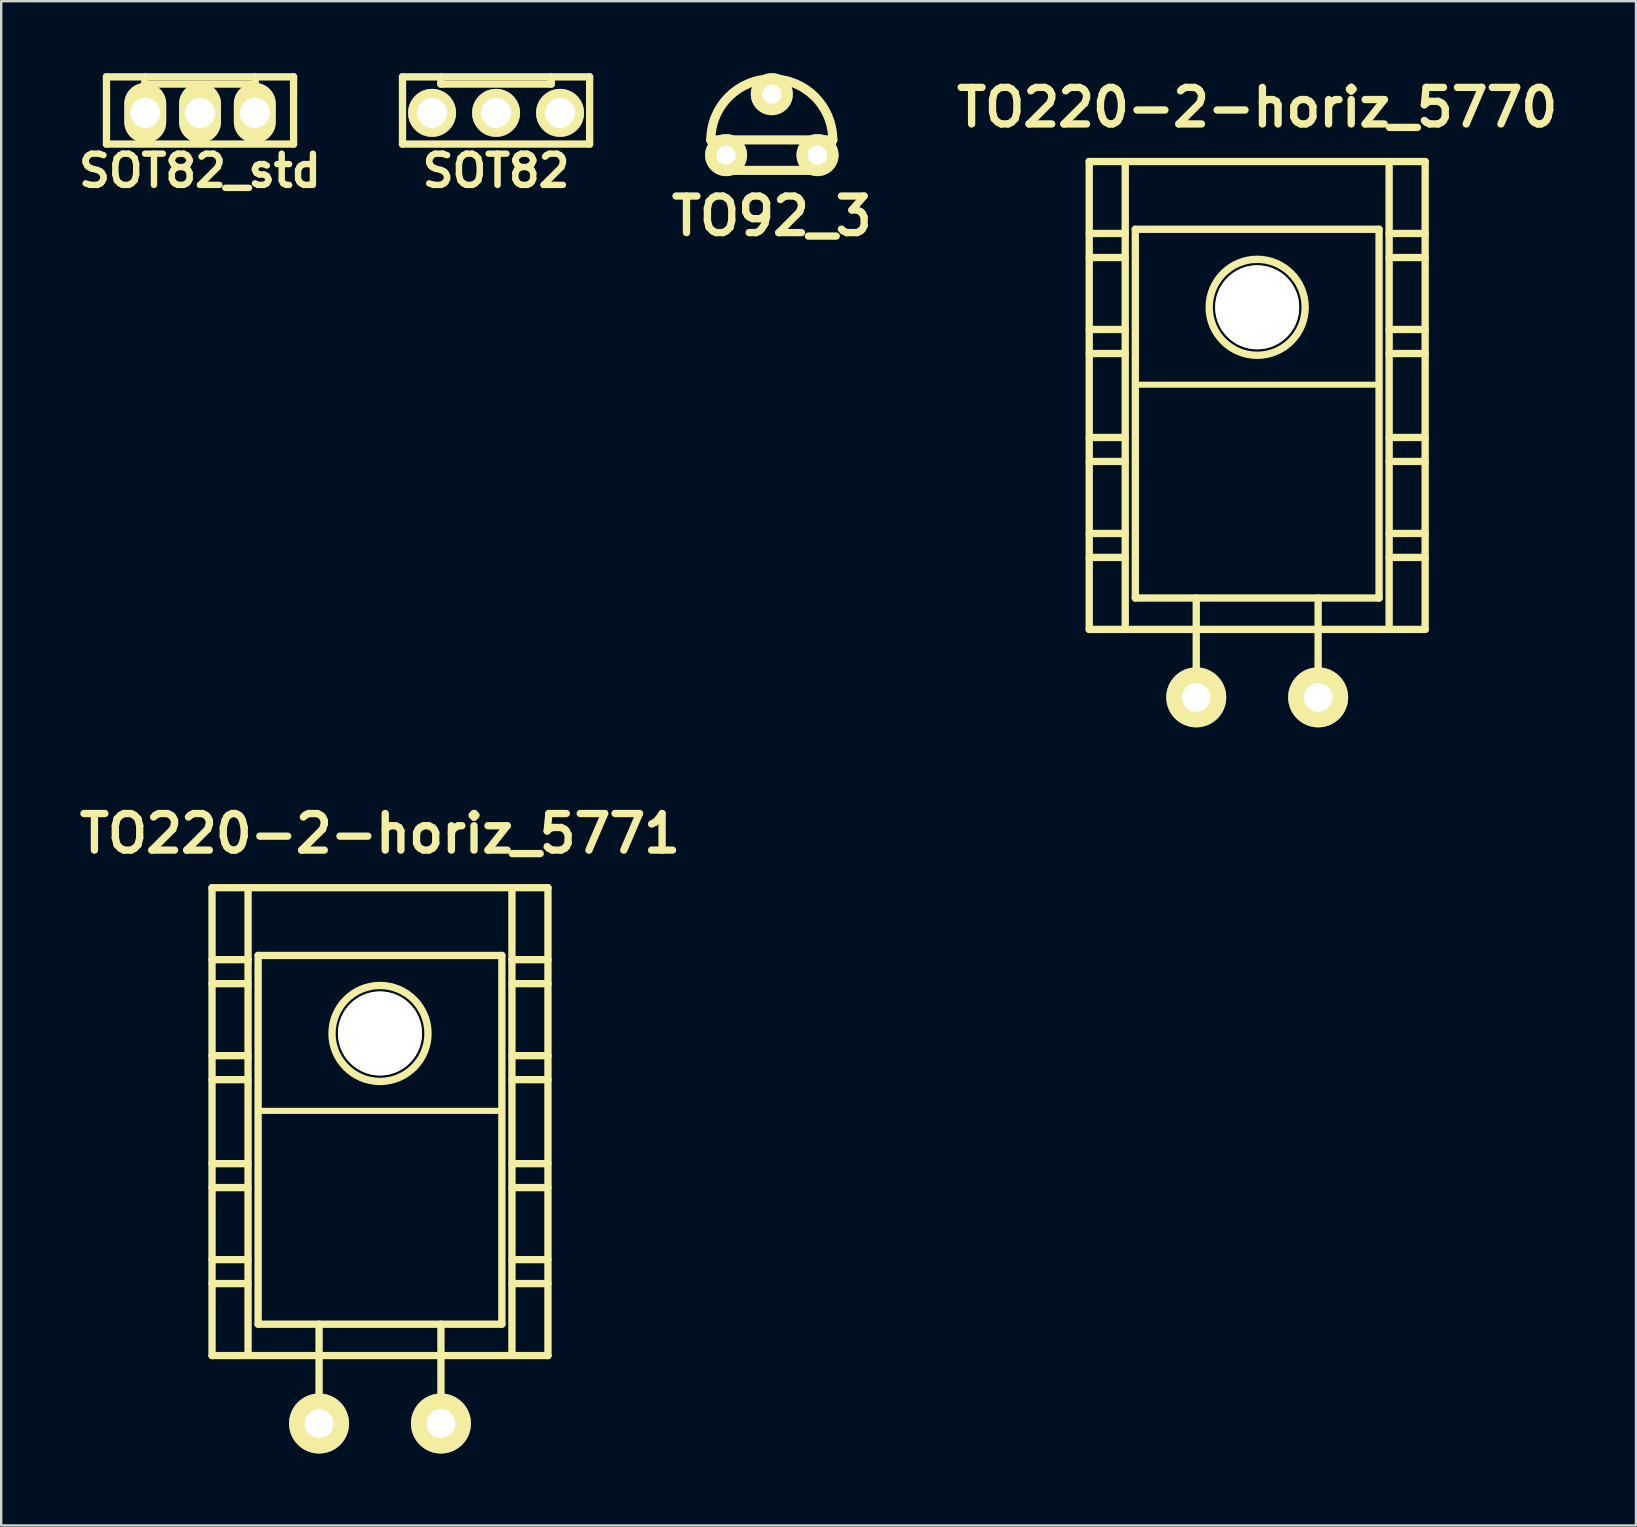
<source format=kicad_pcb>
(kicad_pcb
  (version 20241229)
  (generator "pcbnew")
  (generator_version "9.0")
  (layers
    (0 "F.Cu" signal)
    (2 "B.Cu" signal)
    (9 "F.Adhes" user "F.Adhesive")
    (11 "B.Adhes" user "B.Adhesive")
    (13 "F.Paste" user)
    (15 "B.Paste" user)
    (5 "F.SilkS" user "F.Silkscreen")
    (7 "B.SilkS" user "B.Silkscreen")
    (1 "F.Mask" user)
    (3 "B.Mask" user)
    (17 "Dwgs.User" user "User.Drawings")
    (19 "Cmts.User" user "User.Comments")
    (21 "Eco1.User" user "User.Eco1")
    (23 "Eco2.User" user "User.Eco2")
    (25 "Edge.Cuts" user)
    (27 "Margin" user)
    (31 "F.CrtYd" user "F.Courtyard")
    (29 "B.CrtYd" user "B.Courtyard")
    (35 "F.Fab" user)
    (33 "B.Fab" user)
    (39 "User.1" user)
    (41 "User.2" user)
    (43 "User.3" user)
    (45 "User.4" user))
  (footprint "TO220-2-horiz_5770"
    (layer "F.Cu")
    (at 49.345 17.682)
    (property "Reference" "TO220-2-horiz_5770" (at 0 -16.256 0) (layer "F.SilkS") (effects (font (size 1.524 1.524) (thickness 0.305))))
    (attr through_hole)
    (fp_line (start -7 -14) (end -7 5.499) (stroke (width 0.305) (type solid)) (layer "F.SilkS"))
    (fp_line (start -7 -11.001) (end -5.499 -11.001) (stroke (width 0.305) (type solid)) (layer "F.SilkS"))
    (fp_line (start -7 -10) (end -5.499 -10) (stroke (width 0.305) (type solid)) (layer "F.SilkS"))
    (fp_line (start -7 -7) (end -5.499 -7) (stroke (width 0.305) (type solid)) (layer "F.SilkS"))
    (fp_line (start -7 -5.999) (end -5.499 -5.999) (stroke (width 0.305) (type solid)) (layer "F.SilkS"))
    (fp_line (start -7 -2.499) (end -5.499 -2.499) (stroke (width 0.305) (type solid)) (layer "F.SilkS"))
    (fp_line (start -7 -1.501) (end -5.499 -1.501) (stroke (width 0.305) (type solid)) (layer "F.SilkS"))
    (fp_line (start -7 1.501) (end -5.499 1.501) (stroke (width 0.305) (type solid)) (layer "F.SilkS"))
    (fp_line (start -7 2.499) (end -5.499 2.499) (stroke (width 0.305) (type solid)) (layer "F.SilkS"))
    (fp_line (start -7 5.499) (end 7 5.499) (stroke (width 0.305) (type solid)) (layer "F.SilkS"))
    (fp_line (start -5.499 5.499) (end -5.499 -14) (stroke (width 0.305) (type solid)) (layer "F.SilkS"))
    (fp_line (start -5.08 -11.176) (end -5.08 4.191) (stroke (width 0.305) (type solid)) (layer "F.SilkS"))
    (fp_line (start -5.08 4.191) (end 5.08 4.191) (stroke (width 0.305) (type solid)) (layer "F.SilkS"))
    (fp_line (start -2.54 8.382) (end -2.54 4.191) (stroke (width 0.305) (type solid)) (layer "F.SilkS"))
    (fp_line (start 2.54 8.382) (end 2.54 4.191) (stroke (width 0.305) (type solid)) (layer "F.SilkS"))
    (fp_line (start 5.08 -11.176) (end -5.08 -11.176) (stroke (width 0.305) (type solid)) (layer "F.SilkS"))
    (fp_line (start 5.08 -4.699) (end -5.08 -4.699) (stroke (width 0.254) (type solid)) (layer "F.SilkS"))
    (fp_line (start 5.08 4.191) (end 5.08 -11.176) (stroke (width 0.305) (type solid)) (layer "F.SilkS"))
    (fp_line (start 5.499 -14) (end 5.499 5.499) (stroke (width 0.305) (type solid)) (layer "F.SilkS"))
    (fp_line (start 5.499 -11.001) (end 7 -11.001) (stroke (width 0.305) (type solid)) (layer "F.SilkS"))
    (fp_line (start 5.499 -10) (end 7 -10) (stroke (width 0.305) (type solid)) (layer "F.SilkS"))
    (fp_line (start 5.499 -7) (end 7 -7) (stroke (width 0.305) (type solid)) (layer "F.SilkS"))
    (fp_line (start 5.499 -5.999) (end 7 -5.999) (stroke (width 0.305) (type solid)) (layer "F.SilkS"))
    (fp_line (start 5.499 -2.499) (end 7 -2.499) (stroke (width 0.305) (type solid)) (layer "F.SilkS"))
    (fp_line (start 5.499 -1.501) (end 7 -1.501) (stroke (width 0.305) (type solid)) (layer "F.SilkS"))
    (fp_line (start 5.499 1.501) (end 7 1.501) (stroke (width 0.305) (type solid)) (layer "F.SilkS"))
    (fp_line (start 5.499 2.499) (end 7 2.499) (stroke (width 0.305) (type solid)) (layer "F.SilkS"))
    (fp_line (start 7 -14) (end -7 -14) (stroke (width 0.305) (type solid)) (layer "F.SilkS"))
    (fp_line (start 7 5.499) (end 7 -14) (stroke (width 0.305) (type solid)) (layer "F.SilkS"))
    (fp_circle (center 0 -7.925) (end -1.999 -8.001) (stroke (width 0.305) (type solid)) (fill no) (layer "F.SilkS"))
    (pad "" np_thru_hole circle (at 0 -7.925) (size 3.498 3.498) (drill 3.498) (layers "*.Cu" "*.Mask" "F.SilkS"))
    (pad "1" thru_hole circle (at -2.54 8.331) (size 2.499 2.499) (drill 1.199) (layers "*.Cu" "*.Mask" "F.SilkS"))
    (pad "2" thru_hole circle (at 2.54 8.331) (size 2.499 2.499) (drill 1.199) (layers "*.Cu" "*.Mask" "F.SilkS")))
  (footprint "TO220-2-horiz_5771"
    (layer "F.Cu")
    (at 12.787 47.946)
    (property "Reference" "TO220-2-horiz_5771" (at 0 -16.256 0) (layer "F.SilkS") (effects (font (size 1.524 1.524) (thickness 0.305))))
    (attr through_hole)
    (fp_line (start -7 -14) (end -7 5.499) (stroke (width 0.305) (type solid)) (layer "F.SilkS"))
    (fp_line (start -7 -11.001) (end -5.499 -11.001) (stroke (width 0.305) (type solid)) (layer "F.SilkS"))
    (fp_line (start -7 -10) (end -5.499 -10) (stroke (width 0.305) (type solid)) (layer "F.SilkS"))
    (fp_line (start -7 -7) (end -5.499 -7) (stroke (width 0.305) (type solid)) (layer "F.SilkS"))
    (fp_line (start -7 -5.999) (end -5.499 -5.999) (stroke (width 0.305) (type solid)) (layer "F.SilkS"))
    (fp_line (start -7 -2.499) (end -5.499 -2.499) (stroke (width 0.305) (type solid)) (layer "F.SilkS"))
    (fp_line (start -7 -1.501) (end -5.499 -1.501) (stroke (width 0.305) (type solid)) (layer "F.SilkS"))
    (fp_line (start -7 1.501) (end -5.499 1.501) (stroke (width 0.305) (type solid)) (layer "F.SilkS"))
    (fp_line (start -7 2.499) (end -5.499 2.499) (stroke (width 0.305) (type solid)) (layer "F.SilkS"))
    (fp_line (start -7 5.499) (end 7 5.499) (stroke (width 0.305) (type solid)) (layer "F.SilkS"))
    (fp_line (start -5.499 5.499) (end -5.499 -14) (stroke (width 0.305) (type solid)) (layer "F.SilkS"))
    (fp_line (start -5.08 -11.176) (end -5.08 4.191) (stroke (width 0.305) (type solid)) (layer "F.SilkS"))
    (fp_line (start -5.08 4.191) (end 5.08 4.191) (stroke (width 0.305) (type solid)) (layer "F.SilkS"))
    (fp_line (start -2.54 8.382) (end -2.54 4.191) (stroke (width 0.305) (type solid)) (layer "F.SilkS"))
    (fp_line (start 2.54 8.382) (end 2.54 4.191) (stroke (width 0.305) (type solid)) (layer "F.SilkS"))
    (fp_line (start 5.08 -11.176) (end -5.08 -11.176) (stroke (width 0.305) (type solid)) (layer "F.SilkS"))
    (fp_line (start 5.08 -4.699) (end -5.08 -4.699) (stroke (width 0.254) (type solid)) (layer "F.SilkS"))
    (fp_line (start 5.08 4.191) (end 5.08 -11.176) (stroke (width 0.305) (type solid)) (layer "F.SilkS"))
    (fp_line (start 5.499 -14) (end 5.499 5.499) (stroke (width 0.305) (type solid)) (layer "F.SilkS"))
    (fp_line (start 5.499 -11.001) (end 7 -11.001) (stroke (width 0.305) (type solid)) (layer "F.SilkS"))
    (fp_line (start 5.499 -10) (end 7 -10) (stroke (width 0.305) (type solid)) (layer "F.SilkS"))
    (fp_line (start 5.499 -7) (end 7 -7) (stroke (width 0.305) (type solid)) (layer "F.SilkS"))
    (fp_line (start 5.499 -5.999) (end 7 -5.999) (stroke (width 0.305) (type solid)) (layer "F.SilkS"))
    (fp_line (start 5.499 -2.499) (end 7 -2.499) (stroke (width 0.305) (type solid)) (layer "F.SilkS"))
    (fp_line (start 5.499 -1.501) (end 7 -1.501) (stroke (width 0.305) (type solid)) (layer "F.SilkS"))
    (fp_line (start 5.499 1.501) (end 7 1.501) (stroke (width 0.305) (type solid)) (layer "F.SilkS"))
    (fp_line (start 5.499 2.499) (end 7 2.499) (stroke (width 0.305) (type solid)) (layer "F.SilkS"))
    (fp_line (start 7 -14) (end -7 -14) (stroke (width 0.305) (type solid)) (layer "F.SilkS"))
    (fp_line (start 7 5.499) (end 7 -14) (stroke (width 0.305) (type solid)) (layer "F.SilkS"))
    (fp_circle (center 0 -7.925) (end -1.999 -8.001) (stroke (width 0.305) (type solid)) (fill no) (layer "F.SilkS"))
    (pad "" np_thru_hole circle (at 0 -7.925) (size 3.498 3.498) (drill 3.498) (layers "*.Cu" "*.Mask" "F.SilkS"))
    (pad "1" thru_hole circle (at -2.54 8.331) (size 2.499 2.499) (drill 1.199) (layers "*.Cu" "*.Mask" "F.SilkS"))
    (pad "2" thru_hole circle (at 2.54 8.331) (size 2.499 2.499) (drill 1.199) (layers "*.Cu" "*.Mask" "F.SilkS")))
  (footprint "SOT82_std"
    (layer "F.Cu")
    (at 5.286 1.654)
    (property "Reference" "SOT82_std" (at 0 2.413 0) (layer "F.SilkS") (effects (font (size 1.3 1.3) (thickness 0.267))))
    (attr through_hole)
    (fp_line (start -3.899 -1.501) (end -3.899 1.3) (stroke (width 0.305) (type solid)) (layer "F.SilkS"))
    (fp_line (start -3.899 1.3) (end 3.899 1.3) (stroke (width 0.305) (type solid)) (layer "F.SilkS"))
    (fp_line (start -2.301 -1.501) (end -2.301 -1.199) (stroke (width 0.305) (type solid)) (layer "F.SilkS"))
    (fp_line (start -2.301 -1.199) (end 2.301 -1.199) (stroke (width 0.305) (type solid)) (layer "F.SilkS"))
    (fp_line (start 2.301 -1.199) (end 2.301 -1.501) (stroke (width 0.305) (type solid)) (layer "F.SilkS"))
    (fp_line (start 3.899 -1.501) (end -3.899 -1.501) (stroke (width 0.305) (type solid)) (layer "F.SilkS"))
    (fp_line (start 3.899 1.3) (end 3.899 -1.501) (stroke (width 0.305) (type solid)) (layer "F.SilkS"))
    (pad "1" thru_hole oval (at -2.283 0) (size 1.745 2.499) (drill 1.25) (layers "*.Cu" "*.Mask" "F.SilkS"))
    (pad "2" thru_hole oval (at 0 0) (size 1.745 2.499) (drill 1.25) (layers "*.Cu" "*.Mask" "F.SilkS"))
    (pad "3" thru_hole oval (at 2.283 0) (size 1.745 2.499) (drill 1.25) (layers "*.Cu" "*.Mask" "F.SilkS")))
  (footprint "SOT82"
    (layer "F.Cu")
    (at 17.624 1.654)
    (property "Reference" "SOT82" (at 0 2.413 0) (layer "F.SilkS") (effects (font (size 1.3 1.3) (thickness 0.269))))
    (attr through_hole)
    (fp_line (start -3.899 -1.501) (end -3.899 1.3) (stroke (width 0.305) (type solid)) (layer "F.SilkS"))
    (fp_line (start -3.899 1.3) (end 3.899 1.3) (stroke (width 0.305) (type solid)) (layer "F.SilkS"))
    (fp_line (start -2.301 -1.501) (end -2.301 -1.199) (stroke (width 0.305) (type solid)) (layer "F.SilkS"))
    (fp_line (start -2.301 -1.199) (end 2.301 -1.199) (stroke (width 0.305) (type solid)) (layer "F.SilkS"))
    (fp_line (start 2.301 -1.199) (end 2.301 -1.501) (stroke (width 0.305) (type solid)) (layer "F.SilkS"))
    (fp_line (start 3.899 -1.501) (end -3.899 -1.501) (stroke (width 0.305) (type solid)) (layer "F.SilkS"))
    (fp_line (start 3.899 1.3) (end 3.899 -1.501) (stroke (width 0.305) (type solid)) (layer "F.SilkS"))
    (pad "1" thru_hole circle (at -2.667 0) (size 1.999 1.999) (drill 1.25) (layers "*.Cu" "*.Mask" "F.SilkS"))
    (pad "2" thru_hole circle (at 0 0) (size 1.999 1.999) (drill 1.25) (layers "*.Cu" "*.Mask" "F.SilkS"))
    (pad "3" thru_hole circle (at 2.667 0) (size 1.999 1.999) (drill 1.25) (layers "*.Cu" "*.Mask" "F.SilkS")))
  (footprint "TO92_3"
    (layer "F.Cu")
    (at 29.116 2.78)
    (property "Reference" "TO92_3" (at 0 3.175 0) (layer "F.SilkS") (effects (font (size 1.524 1.524) (thickness 0.305))))
    (attr through_hole)
    (fp_line (start -1.905 1.27) (end -2.54 0) (stroke (width 0.381) (type solid)) (layer "F.SilkS"))
    (fp_line (start 1.905 1.27) (end -1.905 1.27) (stroke (width 0.381) (type solid)) (layer "F.SilkS"))
    (fp_line (start 2.54 0) (end -2.54 0) (stroke (width 0.381) (type solid)) (layer "F.SilkS"))
    (fp_line (start 2.54 0) (end 1.905 1.27) (stroke (width 0.381) (type solid)) (layer "F.SilkS"))
    (fp_arc (start -2.54 0) (mid -1.796051 -1.796051) (end 0 -2.54) (stroke (width 0.381) (type solid)) (layer "F.SilkS"))
    (fp_arc (start 0 -2.54) (mid 1.796051 -1.796051) (end 2.54 0) (stroke (width 0.381) (type solid)) (layer "F.SilkS"))
    (pad "1" thru_hole circle (at -1.905 0.635) (size 1.75 1.75) (drill 0.8) (layers "*.Cu" "*.Mask" "F.SilkS"))
    (pad "2" thru_hole circle (at 0 -1.905) (size 1.75 1.75) (drill 0.8) (layers "*.Cu" "*.Mask" "F.SilkS"))
    (pad "3" thru_hole circle (at 1.905 0.635) (size 1.75 1.75) (drill 0.8) (layers "*.Cu" "*.Mask" "F.SilkS")))
  (gr_rect
    (start -3 -3)
    (end 65.132 60.527)
    (stroke (width 0.1) (type default))
    (fill no)
    (layer "Edge.Cuts")))
</source>
